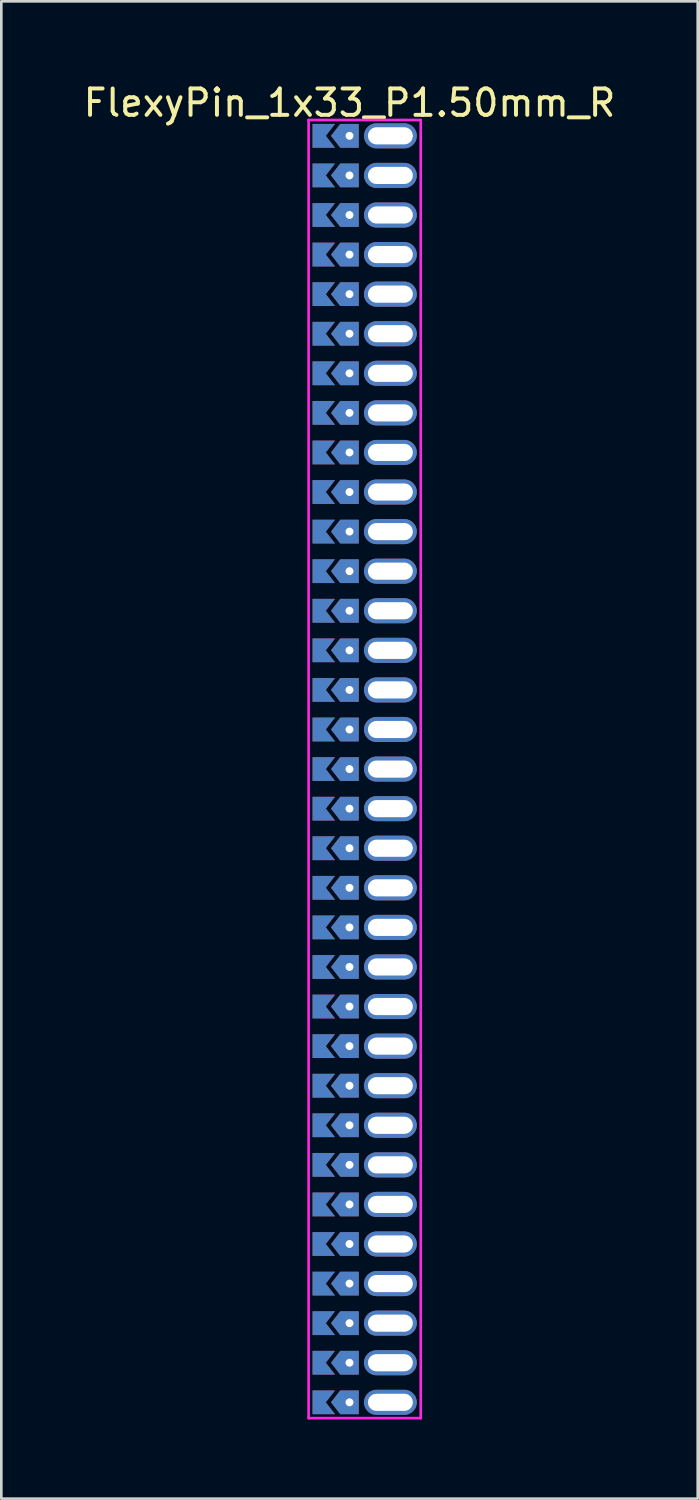
<source format=kicad_pcb>
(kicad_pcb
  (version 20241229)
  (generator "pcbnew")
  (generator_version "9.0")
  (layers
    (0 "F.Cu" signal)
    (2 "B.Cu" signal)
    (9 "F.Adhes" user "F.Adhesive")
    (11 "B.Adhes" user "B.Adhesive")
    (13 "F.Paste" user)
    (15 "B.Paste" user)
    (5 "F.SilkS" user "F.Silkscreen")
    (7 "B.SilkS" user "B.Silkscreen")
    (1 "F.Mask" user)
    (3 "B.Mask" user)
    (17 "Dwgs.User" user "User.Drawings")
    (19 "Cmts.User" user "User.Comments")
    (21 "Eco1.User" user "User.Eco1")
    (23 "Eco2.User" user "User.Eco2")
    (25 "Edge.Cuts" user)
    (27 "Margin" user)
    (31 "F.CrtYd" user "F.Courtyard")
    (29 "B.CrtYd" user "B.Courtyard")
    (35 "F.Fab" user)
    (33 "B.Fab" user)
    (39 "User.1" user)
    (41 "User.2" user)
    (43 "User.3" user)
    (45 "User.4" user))
  (footprint "FlexyPin_1x33_P1.50mm_R"
    (layer "F.Cu")
    (at 10.196 2.098)
    (property "Reference" "FlexyPin_1x33_P1.50mm_R" (at 0 -1.25 0) (layer "F.SilkS") (effects (font (size 1 1) (thickness 0.15))))
    (attr through_hole)
    (fp_line (start -1.55 -0.6) (end 2.7 -0.6) (stroke (width 0.1) (type solid)) (layer "F.CrtYd"))
    (fp_line (start -1.55 48.6) (end -1.55 -0.6) (stroke (width 0.1) (type solid)) (layer "F.CrtYd"))
    (fp_line (start 2.7 -0.6) (end 2.7 48.6) (stroke (width 0.1) (type solid)) (layer "F.CrtYd"))
    (fp_line (start 2.7 48.6) (end -1.55 48.6) (stroke (width 0.1) (type solid)) (layer "F.CrtYd"))
    (pad "" thru_hole custom (at 0 0) (size 0.3 0.3) (drill 0.6) (layers "*.Cu" "*.Mask") (options (anchor rect)) (primitives (gr_poly (pts (xy 0.35 0.45) (xy 0.35 -0.45) (xy -0.35 -0.45) (xy -0.7 0) (xy -0.35 0.45)) (width 0) (fill yes))))
    (pad "" thru_hole custom (at 0 1.5) (size 0.3 0.3) (drill 0.6) (layers "*.Cu" "*.Mask") (options (anchor rect)) (primitives (gr_poly (pts (xy 0.35 0.45) (xy 0.35 -0.45) (xy -0.35 -0.45) (xy -0.7 0) (xy -0.35 0.45)) (width 0) (fill yes))))
    (pad "" thru_hole custom (at 0 3) (size 0.3 0.3) (drill 0.6) (layers "*.Cu" "*.Mask") (options (anchor rect)) (primitives (gr_poly (pts (xy 0.35 0.45) (xy 0.35 -0.45) (xy -0.35 -0.45) (xy -0.7 0) (xy -0.35 0.45)) (width 0) (fill yes))))
    (pad "" thru_hole custom (at 0 4.5) (size 0.3 0.3) (drill 0.6) (layers "*.Cu" "*.Mask") (options (anchor rect)) (primitives (gr_poly (pts (xy 0.35 0.45) (xy 0.35 -0.45) (xy -0.35 -0.45) (xy -0.7 0) (xy -0.35 0.45)) (width 0) (fill yes))))
    (pad "" thru_hole custom (at 0 6) (size 0.3 0.3) (drill 0.6) (layers "*.Cu" "*.Mask") (options (anchor rect)) (primitives (gr_poly (pts (xy 0.35 0.45) (xy 0.35 -0.45) (xy -0.35 -0.45) (xy -0.7 0) (xy -0.35 0.45)) (width 0) (fill yes))))
    (pad "" thru_hole custom (at 0 7.5) (size 0.3 0.3) (drill 0.6) (layers "*.Cu" "*.Mask") (options (anchor rect)) (primitives (gr_poly (pts (xy 0.35 0.45) (xy 0.35 -0.45) (xy -0.35 -0.45) (xy -0.7 0) (xy -0.35 0.45)) (width 0) (fill yes))))
    (pad "" thru_hole custom (at 0 9) (size 0.3 0.3) (drill 0.6) (layers "*.Cu" "*.Mask") (options (anchor rect)) (primitives (gr_poly (pts (xy 0.35 0.45) (xy 0.35 -0.45) (xy -0.35 -0.45) (xy -0.7 0) (xy -0.35 0.45)) (width 0) (fill yes))))
    (pad "" thru_hole custom (at 0 10.5) (size 0.3 0.3) (drill 0.6) (layers "*.Cu" "*.Mask") (options (anchor rect)) (primitives (gr_poly (pts (xy 0.35 0.45) (xy 0.35 -0.45) (xy -0.35 -0.45) (xy -0.7 0) (xy -0.35 0.45)) (width 0) (fill yes))))
    (pad "" thru_hole custom (at 0 12) (size 0.3 0.3) (drill 0.6) (layers "*.Cu" "*.Mask") (options (anchor rect)) (primitives (gr_poly (pts (xy 0.35 0.45) (xy 0.35 -0.45) (xy -0.35 -0.45) (xy -0.7 0) (xy -0.35 0.45)) (width 0) (fill yes))))
    (pad "" thru_hole custom (at 0 13.5) (size 0.3 0.3) (drill 0.6) (layers "*.Cu" "*.Mask") (options (anchor rect)) (primitives (gr_poly (pts (xy 0.35 0.45) (xy 0.35 -0.45) (xy -0.35 -0.45) (xy -0.7 0) (xy -0.35 0.45)) (width 0) (fill yes))))
    (pad "" thru_hole custom (at 0 15) (size 0.3 0.3) (drill 0.6) (layers "*.Cu" "*.Mask") (options (anchor rect)) (primitives (gr_poly (pts (xy 0.35 0.45) (xy 0.35 -0.45) (xy -0.35 -0.45) (xy -0.7 0) (xy -0.35 0.45)) (width 0) (fill yes))))
    (pad "" thru_hole custom (at 0 16.5) (size 0.3 0.3) (drill 0.6) (layers "*.Cu" "*.Mask") (options (anchor rect)) (primitives (gr_poly (pts (xy 0.35 0.45) (xy 0.35 -0.45) (xy -0.35 -0.45) (xy -0.7 0) (xy -0.35 0.45)) (width 0) (fill yes))))
    (pad "" thru_hole custom (at 0 18) (size 0.3 0.3) (drill 0.6) (layers "*.Cu" "*.Mask") (options (anchor rect)) (primitives (gr_poly (pts (xy 0.35 0.45) (xy 0.35 -0.45) (xy -0.35 -0.45) (xy -0.7 0) (xy -0.35 0.45)) (width 0) (fill yes))))
    (pad "" thru_hole custom (at 0 19.5) (size 0.3 0.3) (drill 0.6) (layers "*.Cu" "*.Mask") (options (anchor rect)) (primitives (gr_poly (pts (xy 0.35 0.45) (xy 0.35 -0.45) (xy -0.35 -0.45) (xy -0.7 0) (xy -0.35 0.45)) (width 0) (fill yes))))
    (pad "" thru_hole custom (at 0 21) (size 0.3 0.3) (drill 0.6) (layers "*.Cu" "*.Mask") (options (anchor rect)) (primitives (gr_poly (pts (xy 0.35 0.45) (xy 0.35 -0.45) (xy -0.35 -0.45) (xy -0.7 0) (xy -0.35 0.45)) (width 0) (fill yes))))
    (pad "" thru_hole custom (at 0 22.5) (size 0.3 0.3) (drill 0.6) (layers "*.Cu" "*.Mask") (options (anchor rect)) (primitives (gr_poly (pts (xy 0.35 0.45) (xy 0.35 -0.45) (xy -0.35 -0.45) (xy -0.7 0) (xy -0.35 0.45)) (width 0) (fill yes))))
    (pad "" thru_hole custom (at 0 24) (size 0.3 0.3) (drill 0.6) (layers "*.Cu" "*.Mask") (options (anchor rect)) (primitives (gr_poly (pts (xy 0.35 0.45) (xy 0.35 -0.45) (xy -0.35 -0.45) (xy -0.7 0) (xy -0.35 0.45)) (width 0) (fill yes))))
    (pad "" thru_hole custom (at 0 25.5) (size 0.3 0.3) (drill 0.6) (layers "*.Cu" "*.Mask") (options (anchor rect)) (primitives (gr_poly (pts (xy 0.35 0.45) (xy 0.35 -0.45) (xy -0.35 -0.45) (xy -0.7 0) (xy -0.35 0.45)) (width 0) (fill yes))))
    (pad "" thru_hole custom (at 0 27) (size 0.3 0.3) (drill 0.6) (layers "*.Cu" "*.Mask") (options (anchor rect)) (primitives (gr_poly (pts (xy 0.35 0.45) (xy 0.35 -0.45) (xy -0.35 -0.45) (xy -0.7 0) (xy -0.35 0.45)) (width 0) (fill yes))))
    (pad "" thru_hole custom (at 0 28.5) (size 0.3 0.3) (drill 0.6) (layers "*.Cu" "*.Mask") (options (anchor rect)) (primitives (gr_poly (pts (xy 0.35 0.45) (xy 0.35 -0.45) (xy -0.35 -0.45) (xy -0.7 0) (xy -0.35 0.45)) (width 0) (fill yes))))
    (pad "" thru_hole custom (at 0 30) (size 0.3 0.3) (drill 0.6) (layers "*.Cu" "*.Mask") (options (anchor rect)) (primitives (gr_poly (pts (xy 0.35 0.45) (xy 0.35 -0.45) (xy -0.35 -0.45) (xy -0.7 0) (xy -0.35 0.45)) (width 0) (fill yes))))
    (pad "" thru_hole custom (at 0 31.5) (size 0.3 0.3) (drill 0.6) (layers "*.Cu" "*.Mask") (options (anchor rect)) (primitives (gr_poly (pts (xy 0.35 0.45) (xy 0.35 -0.45) (xy -0.35 -0.45) (xy -0.7 0) (xy -0.35 0.45)) (width 0) (fill yes))))
    (pad "" thru_hole custom (at 0 33) (size 0.3 0.3) (drill 0.6) (layers "*.Cu" "*.Mask") (options (anchor rect)) (primitives (gr_poly (pts (xy 0.35 0.45) (xy 0.35 -0.45) (xy -0.35 -0.45) (xy -0.7 0) (xy -0.35 0.45)) (width 0) (fill yes))))
    (pad "" thru_hole custom (at 0 34.5) (size 0.3 0.3) (drill 0.6) (layers "*.Cu" "*.Mask") (options (anchor rect)) (primitives (gr_poly (pts (xy 0.35 0.45) (xy 0.35 -0.45) (xy -0.35 -0.45) (xy -0.7 0) (xy -0.35 0.45)) (width 0) (fill yes))))
    (pad "" thru_hole custom (at 0 36) (size 0.3 0.3) (drill 0.6) (layers "*.Cu" "*.Mask") (options (anchor rect)) (primitives (gr_poly (pts (xy 0.35 0.45) (xy 0.35 -0.45) (xy -0.35 -0.45) (xy -0.7 0) (xy -0.35 0.45)) (width 0) (fill yes))))
    (pad "" thru_hole custom (at 0 37.5) (size 0.3 0.3) (drill 0.6) (layers "*.Cu" "*.Mask") (options (anchor rect)) (primitives (gr_poly (pts (xy 0.35 0.45) (xy 0.35 -0.45) (xy -0.35 -0.45) (xy -0.7 0) (xy -0.35 0.45)) (width 0) (fill yes))))
    (pad "" thru_hole custom (at 0 39) (size 0.3 0.3) (drill 0.6) (layers "*.Cu" "*.Mask") (options (anchor rect)) (primitives (gr_poly (pts (xy 0.35 0.45) (xy 0.35 -0.45) (xy -0.35 -0.45) (xy -0.7 0) (xy -0.35 0.45)) (width 0) (fill yes))))
    (pad "" thru_hole custom (at 0 40.5) (size 0.3 0.3) (drill 0.6) (layers "*.Cu" "*.Mask") (options (anchor rect)) (primitives (gr_poly (pts (xy 0.35 0.45) (xy 0.35 -0.45) (xy -0.35 -0.45) (xy -0.7 0) (xy -0.35 0.45)) (width 0) (fill yes))))
    (pad "" thru_hole custom (at 0 42) (size 0.3 0.3) (drill 0.6) (layers "*.Cu" "*.Mask") (options (anchor rect)) (primitives (gr_poly (pts (xy 0.35 0.45) (xy 0.35 -0.45) (xy -0.35 -0.45) (xy -0.7 0) (xy -0.35 0.45)) (width 0) (fill yes))))
    (pad "" thru_hole custom (at 0 43.5) (size 0.3 0.3) (drill 0.6) (layers "*.Cu" "*.Mask") (options (anchor rect)) (primitives (gr_poly (pts (xy 0.35 0.45) (xy 0.35 -0.45) (xy -0.35 -0.45) (xy -0.7 0) (xy -0.35 0.45)) (width 0) (fill yes))))
    (pad "" thru_hole custom (at 0 45) (size 0.3 0.3) (drill 0.6) (layers "*.Cu" "*.Mask") (options (anchor rect)) (primitives (gr_poly (pts (xy 0.35 0.45) (xy 0.35 -0.45) (xy -0.35 -0.45) (xy -0.7 0) (xy -0.35 0.45)) (width 0) (fill yes))))
    (pad "" thru_hole custom (at 0 46.5) (size 0.3 0.3) (drill 0.6) (layers "*.Cu" "*.Mask") (options (anchor rect)) (primitives (gr_poly (pts (xy 0.35 0.45) (xy 0.35 -0.45) (xy -0.35 -0.45) (xy -0.7 0) (xy -0.35 0.45)) (width 0) (fill yes))))
    (pad "" thru_hole custom (at 0 48) (size 0.3 0.3) (drill 0.6) (layers "*.Cu" "*.Mask") (options (anchor rect)) (primitives (gr_poly (pts (xy 0.35 0.45) (xy 0.35 -0.45) (xy -0.35 -0.45) (xy -0.7 0) (xy -0.35 0.45)) (width 0) (fill yes))))
    (pad "" thru_hole oval (at 1.55 0) (size 2 0.95) (drill oval 1.7 0.65) (layers "*.Cu" "*.Mask"))
    (pad "" thru_hole oval (at 1.55 1.5) (size 2 0.95) (drill oval 1.7 0.65) (layers "*.Cu" "*.Mask"))
    (pad "" thru_hole oval (at 1.55 3) (size 2 0.95) (drill oval 1.7 0.65) (layers "*.Cu" "*.Mask"))
    (pad "" thru_hole oval (at 1.55 4.5) (size 2 0.95) (drill oval 1.7 0.65) (layers "*.Cu" "*.Mask"))
    (pad "" thru_hole oval (at 1.55 6) (size 2 0.95) (drill oval 1.7 0.65) (layers "*.Cu" "*.Mask"))
    (pad "" thru_hole oval (at 1.55 7.5) (size 2 0.95) (drill oval 1.7 0.65) (layers "*.Cu" "*.Mask"))
    (pad "" thru_hole oval (at 1.55 9) (size 2 0.95) (drill oval 1.7 0.65) (layers "*.Cu" "*.Mask"))
    (pad "" thru_hole oval (at 1.55 10.5) (size 2 0.95) (drill oval 1.7 0.65) (layers "*.Cu" "*.Mask"))
    (pad "" thru_hole oval (at 1.55 12) (size 2 0.95) (drill oval 1.7 0.65) (layers "*.Cu" "*.Mask"))
    (pad "" thru_hole oval (at 1.55 13.5) (size 2 0.95) (drill oval 1.7 0.65) (layers "*.Cu" "*.Mask"))
    (pad "" thru_hole oval (at 1.55 15) (size 2 0.95) (drill oval 1.7 0.65) (layers "*.Cu" "*.Mask"))
    (pad "" thru_hole oval (at 1.55 16.5) (size 2 0.95) (drill oval 1.7 0.65) (layers "*.Cu" "*.Mask"))
    (pad "" thru_hole oval (at 1.55 18) (size 2 0.95) (drill oval 1.7 0.65) (layers "*.Cu" "*.Mask"))
    (pad "" thru_hole oval (at 1.55 19.5) (size 2 0.95) (drill oval 1.7 0.65) (layers "*.Cu" "*.Mask"))
    (pad "" thru_hole oval (at 1.55 21) (size 2 0.95) (drill oval 1.7 0.65) (layers "*.Cu" "*.Mask"))
    (pad "" thru_hole oval (at 1.55 22.5) (size 2 0.95) (drill oval 1.7 0.65) (layers "*.Cu" "*.Mask"))
    (pad "" thru_hole oval (at 1.55 24) (size 2 0.95) (drill oval 1.7 0.65) (layers "*.Cu" "*.Mask"))
    (pad "" thru_hole oval (at 1.55 25.5) (size 2 0.95) (drill oval 1.7 0.65) (layers "*.Cu" "*.Mask"))
    (pad "" thru_hole oval (at 1.55 27) (size 2 0.95) (drill oval 1.7 0.65) (layers "*.Cu" "*.Mask"))
    (pad "" thru_hole oval (at 1.55 28.5) (size 2 0.95) (drill oval 1.7 0.65) (layers "*.Cu" "*.Mask"))
    (pad "" thru_hole oval (at 1.55 30) (size 2 0.95) (drill oval 1.7 0.65) (layers "*.Cu" "*.Mask"))
    (pad "" thru_hole oval (at 1.55 31.5) (size 2 0.95) (drill oval 1.7 0.65) (layers "*.Cu" "*.Mask"))
    (pad "" thru_hole oval (at 1.55 33) (size 2 0.95) (drill oval 1.7 0.65) (layers "*.Cu" "*.Mask"))
    (pad "" thru_hole oval (at 1.55 34.5) (size 2 0.95) (drill oval 1.7 0.65) (layers "*.Cu" "*.Mask"))
    (pad "" thru_hole oval (at 1.55 36) (size 2 0.95) (drill oval 1.7 0.65) (layers "*.Cu" "*.Mask"))
    (pad "" thru_hole oval (at 1.55 37.5) (size 2 0.95) (drill oval 1.7 0.65) (layers "*.Cu" "*.Mask"))
    (pad "" thru_hole oval (at 1.55 39) (size 2 0.95) (drill oval 1.7 0.65) (layers "*.Cu" "*.Mask"))
    (pad "" thru_hole oval (at 1.55 40.5) (size 2 0.95) (drill oval 1.7 0.65) (layers "*.Cu" "*.Mask"))
    (pad "" thru_hole oval (at 1.55 42) (size 2 0.95) (drill oval 1.7 0.65) (layers "*.Cu" "*.Mask"))
    (pad "" thru_hole oval (at 1.55 43.5) (size 2 0.95) (drill oval 1.7 0.65) (layers "*.Cu" "*.Mask"))
    (pad "" thru_hole oval (at 1.55 45) (size 2 0.95) (drill oval 1.7 0.65) (layers "*.Cu" "*.Mask"))
    (pad "" thru_hole oval (at 1.55 46.5) (size 2 0.95) (drill oval 1.7 0.65) (layers "*.Cu" "*.Mask"))
    (pad "" thru_hole oval (at 1.55 48) (size 2 0.95) (drill oval 1.7 0.65) (layers "*.Cu" "*.Mask"))
    (pad "1" smd custom (at -0.9 0) (size 0.01 0.01) (layers "F.Cu" "F.Mask") (options (anchor rect)) (primitives (gr_poly (pts (xy 0 0) (xy 0.35 0.45) (xy -0.5 0.45) (xy -0.5 -0.45) (xy 0.35 -0.45)) (width 0) (fill yes))))
    (pad "2" smd custom (at -0.9 1.5) (size 0.01 0.01) (layers "F.Cu" "F.Mask") (options (anchor rect)) (primitives (gr_poly (pts (xy 0 0) (xy 0.35 0.45) (xy -0.5 0.45) (xy -0.5 -0.45) (xy 0.35 -0.45)) (width 0) (fill yes))))
    (pad "3" smd custom (at -0.9 3) (size 0.01 0.01) (layers "F.Cu" "F.Mask") (options (anchor rect)) (primitives (gr_poly (pts (xy 0 0) (xy 0.35 0.45) (xy -0.5 0.45) (xy -0.5 -0.45) (xy 0.35 -0.45)) (width 0) (fill yes))))
    (pad "4" smd custom (at -0.9 4.5) (size 0.01 0.01) (layers "F.Cu" "F.Mask") (options (anchor rect)) (primitives (gr_poly (pts (xy 0 0) (xy 0.35 0.45) (xy -0.5 0.45) (xy -0.5 -0.45) (xy 0.35 -0.45)) (width 0) (fill yes))))
    (pad "5" smd custom (at -0.9 6) (size 0.01 0.01) (layers "F.Cu" "F.Mask") (options (anchor rect)) (primitives (gr_poly (pts (xy 0 0) (xy 0.35 0.45) (xy -0.5 0.45) (xy -0.5 -0.45) (xy 0.35 -0.45)) (width 0) (fill yes))))
    (pad "6" smd custom (at -0.9 7.5) (size 0.01 0.01) (layers "F.Cu" "F.Mask") (options (anchor rect)) (primitives (gr_poly (pts (xy 0 0) (xy 0.35 0.45) (xy -0.5 0.45) (xy -0.5 -0.45) (xy 0.35 -0.45)) (width 0) (fill yes))))
    (pad "7" smd custom (at -0.9 9) (size 0.01 0.01) (layers "F.Cu" "F.Mask") (options (anchor rect)) (primitives (gr_poly (pts (xy 0 0) (xy 0.35 0.45) (xy -0.5 0.45) (xy -0.5 -0.45) (xy 0.35 -0.45)) (width 0) (fill yes))))
    (pad "8" smd custom (at -0.9 10.5) (size 0.01 0.01) (layers "F.Cu" "F.Mask") (options (anchor rect)) (primitives (gr_poly (pts (xy 0 0) (xy 0.35 0.45) (xy -0.5 0.45) (xy -0.5 -0.45) (xy 0.35 -0.45)) (width 0) (fill yes))))
    (pad "9" smd custom (at -0.9 12) (size 0.01 0.01) (layers "F.Cu" "F.Mask") (options (anchor rect)) (primitives (gr_poly (pts (xy 0 0) (xy 0.35 0.45) (xy -0.5 0.45) (xy -0.5 -0.45) (xy 0.35 -0.45)) (width 0) (fill yes))))
    (pad "10" smd custom (at -0.9 13.5) (size 0.01 0.01) (layers "F.Cu" "F.Mask") (options (anchor rect)) (primitives (gr_poly (pts (xy 0 0) (xy 0.35 0.45) (xy -0.5 0.45) (xy -0.5 -0.45) (xy 0.35 -0.45)) (width 0) (fill yes))))
    (pad "11" smd custom (at -0.9 15) (size 0.01 0.01) (layers "F.Cu" "F.Mask") (options (anchor rect)) (primitives (gr_poly (pts (xy 0 0) (xy 0.35 0.45) (xy -0.5 0.45) (xy -0.5 -0.45) (xy 0.35 -0.45)) (width 0) (fill yes))))
    (pad "12" smd custom (at -0.9 16.5) (size 0.01 0.01) (layers "F.Cu" "F.Mask") (options (anchor rect)) (primitives (gr_poly (pts (xy 0 0) (xy 0.35 0.45) (xy -0.5 0.45) (xy -0.5 -0.45) (xy 0.35 -0.45)) (width 0) (fill yes))))
    (pad "13" smd custom (at -0.9 18) (size 0.01 0.01) (layers "F.Cu" "F.Mask") (options (anchor rect)) (primitives (gr_poly (pts (xy 0 0) (xy 0.35 0.45) (xy -0.5 0.45) (xy -0.5 -0.45) (xy 0.35 -0.45)) (width 0) (fill yes))))
    (pad "14" smd custom (at -0.9 19.5) (size 0.01 0.01) (layers "F.Cu" "F.Mask") (options (anchor rect)) (primitives (gr_poly (pts (xy 0 0) (xy 0.35 0.45) (xy -0.5 0.45) (xy -0.5 -0.45) (xy 0.35 -0.45)) (width 0) (fill yes))))
    (pad "15" smd custom (at -0.9 21) (size 0.01 0.01) (layers "F.Cu" "F.Mask") (options (anchor rect)) (primitives (gr_poly (pts (xy 0 0) (xy 0.35 0.45) (xy -0.5 0.45) (xy -0.5 -0.45) (xy 0.35 -0.45)) (width 0) (fill yes))))
    (pad "16" smd custom (at -0.9 22.5) (size 0.01 0.01) (layers "F.Cu" "F.Mask") (options (anchor rect)) (primitives (gr_poly (pts (xy 0 0) (xy 0.35 0.45) (xy -0.5 0.45) (xy -0.5 -0.45) (xy 0.35 -0.45)) (width 0) (fill yes))))
    (pad "17" smd custom (at -0.9 24) (size 0.01 0.01) (layers "F.Cu" "F.Mask") (options (anchor rect)) (primitives (gr_poly (pts (xy 0 0) (xy 0.35 0.45) (xy -0.5 0.45) (xy -0.5 -0.45) (xy 0.35 -0.45)) (width 0) (fill yes))))
    (pad "18" smd custom (at -0.9 25.5) (size 0.01 0.01) (layers "F.Cu" "F.Mask") (options (anchor rect)) (primitives (gr_poly (pts (xy 0 0) (xy 0.35 0.45) (xy -0.5 0.45) (xy -0.5 -0.45) (xy 0.35 -0.45)) (width 0) (fill yes))))
    (pad "19" smd custom (at -0.9 27) (size 0.01 0.01) (layers "F.Cu" "F.Mask") (options (anchor rect)) (primitives (gr_poly (pts (xy 0 0) (xy 0.35 0.45) (xy -0.5 0.45) (xy -0.5 -0.45) (xy 0.35 -0.45)) (width 0) (fill yes))))
    (pad "20" smd custom (at -0.9 28.5) (size 0.01 0.01) (layers "F.Cu" "F.Mask") (options (anchor rect)) (primitives (gr_poly (pts (xy 0 0) (xy 0.35 0.45) (xy -0.5 0.45) (xy -0.5 -0.45) (xy 0.35 -0.45)) (width 0) (fill yes))))
    (pad "21" smd custom (at -0.9 30) (size 0.01 0.01) (layers "F.Cu" "F.Mask") (options (anchor rect)) (primitives (gr_poly (pts (xy 0 0) (xy 0.35 0.45) (xy -0.5 0.45) (xy -0.5 -0.45) (xy 0.35 -0.45)) (width 0) (fill yes))))
    (pad "22" smd custom (at -0.9 31.5) (size 0.01 0.01) (layers "F.Cu" "F.Mask") (options (anchor rect)) (primitives (gr_poly (pts (xy 0 0) (xy 0.35 0.45) (xy -0.5 0.45) (xy -0.5 -0.45) (xy 0.35 -0.45)) (width 0) (fill yes))))
    (pad "23" smd custom (at -0.9 33) (size 0.01 0.01) (layers "F.Cu" "F.Mask") (options (anchor rect)) (primitives (gr_poly (pts (xy 0 0) (xy 0.35 0.45) (xy -0.5 0.45) (xy -0.5 -0.45) (xy 0.35 -0.45)) (width 0) (fill yes))))
    (pad "24" smd custom (at -0.9 34.5) (size 0.01 0.01) (layers "F.Cu" "F.Mask") (options (anchor rect)) (primitives (gr_poly (pts (xy 0 0) (xy 0.35 0.45) (xy -0.5 0.45) (xy -0.5 -0.45) (xy 0.35 -0.45)) (width 0) (fill yes))))
    (pad "25" smd custom (at -0.9 36) (size 0.01 0.01) (layers "F.Cu" "F.Mask") (options (anchor rect)) (primitives (gr_poly (pts (xy 0 0) (xy 0.35 0.45) (xy -0.5 0.45) (xy -0.5 -0.45) (xy 0.35 -0.45)) (width 0) (fill yes))))
    (pad "26" smd custom (at -0.9 37.5) (size 0.01 0.01) (layers "F.Cu" "F.Mask") (options (anchor rect)) (primitives (gr_poly (pts (xy 0 0) (xy 0.35 0.45) (xy -0.5 0.45) (xy -0.5 -0.45) (xy 0.35 -0.45)) (width 0) (fill yes))))
    (pad "27" smd custom (at -0.9 39) (size 0.01 0.01) (layers "F.Cu" "F.Mask") (options (anchor rect)) (primitives (gr_poly (pts (xy 0 0) (xy 0.35 0.45) (xy -0.5 0.45) (xy -0.5 -0.45) (xy 0.35 -0.45)) (width 0) (fill yes))))
    (pad "28" smd custom (at -0.9 40.5) (size 0.01 0.01) (layers "F.Cu" "F.Mask") (options (anchor rect)) (primitives (gr_poly (pts (xy 0 0) (xy 0.35 0.45) (xy -0.5 0.45) (xy -0.5 -0.45) (xy 0.35 -0.45)) (width 0) (fill yes))))
    (pad "29" smd custom (at -0.9 42) (size 0.01 0.01) (layers "F.Cu" "F.Mask") (options (anchor rect)) (primitives (gr_poly (pts (xy 0 0) (xy 0.35 0.45) (xy -0.5 0.45) (xy -0.5 -0.45) (xy 0.35 -0.45)) (width 0) (fill yes))))
    (pad "30" smd custom (at -0.9 43.5) (size 0.01 0.01) (layers "F.Cu" "F.Mask") (options (anchor rect)) (primitives (gr_poly (pts (xy 0 0) (xy 0.35 0.45) (xy -0.5 0.45) (xy -0.5 -0.45) (xy 0.35 -0.45)) (width 0) (fill yes))))
    (pad "31" smd custom (at -0.9 45) (size 0.01 0.01) (layers "F.Cu" "F.Mask") (options (anchor rect)) (primitives (gr_poly (pts (xy 0 0) (xy 0.35 0.45) (xy -0.5 0.45) (xy -0.5 -0.45) (xy 0.35 -0.45)) (width 0) (fill yes))))
    (pad "32" smd custom (at -0.9 46.5) (size 0.01 0.01) (layers "F.Cu" "F.Mask") (options (anchor rect)) (primitives (gr_poly (pts (xy 0 0) (xy 0.35 0.45) (xy -0.5 0.45) (xy -0.5 -0.45) (xy 0.35 -0.45)) (width 0) (fill yes))))
    (pad "33" smd custom (at -0.9 48) (size 0.01 0.01) (layers "F.Cu" "F.Mask") (options (anchor rect)) (primitives (gr_poly (pts (xy 0 0) (xy 0.35 0.45) (xy -0.5 0.45) (xy -0.5 -0.45) (xy 0.35 -0.45)) (width 0) (fill yes))))
    (pad "34" smd custom (at -0.9 0) (size 0.01 0.01) (layers "B.Cu" "B.Mask") (options (anchor rect)) (primitives (gr_poly (pts (xy 0 0) (xy 0.35 0.45) (xy -0.5 0.45) (xy -0.5 -0.45) (xy 0.35 -0.45)) (width 0) (fill yes))))
    (pad "35" smd custom (at -0.9 1.5) (size 0.01 0.01) (layers "B.Cu" "B.Mask") (options (anchor rect)) (primitives (gr_poly (pts (xy 0 0) (xy 0.35 0.45) (xy -0.5 0.45) (xy -0.5 -0.45) (xy 0.35 -0.45)) (width 0) (fill yes))))
    (pad "36" smd custom (at -0.9 3) (size 0.01 0.01) (layers "B.Cu" "B.Mask") (options (anchor rect)) (primitives (gr_poly (pts (xy 0 0) (xy 0.35 0.45) (xy -0.5 0.45) (xy -0.5 -0.45) (xy 0.35 -0.45)) (width 0) (fill yes))))
    (pad "37" smd custom (at -0.9 4.5) (size 0.01 0.01) (layers "B.Cu" "B.Mask") (options (anchor rect)) (primitives (gr_poly (pts (xy 0 0) (xy 0.35 0.45) (xy -0.5 0.45) (xy -0.5 -0.45) (xy 0.35 -0.45)) (width 0) (fill yes))))
    (pad "38" smd custom (at -0.9 6) (size 0.01 0.01) (layers "B.Cu" "B.Mask") (options (anchor rect)) (primitives (gr_poly (pts (xy 0 0) (xy 0.35 0.45) (xy -0.5 0.45) (xy -0.5 -0.45) (xy 0.35 -0.45)) (width 0) (fill yes))))
    (pad "39" smd custom (at -0.9 7.5) (size 0.01 0.01) (layers "B.Cu" "B.Mask") (options (anchor rect)) (primitives (gr_poly (pts (xy 0 0) (xy 0.35 0.45) (xy -0.5 0.45) (xy -0.5 -0.45) (xy 0.35 -0.45)) (width 0) (fill yes))))
    (pad "40" smd custom (at -0.9 9) (size 0.01 0.01) (layers "B.Cu" "B.Mask") (options (anchor rect)) (primitives (gr_poly (pts (xy 0 0) (xy 0.35 0.45) (xy -0.5 0.45) (xy -0.5 -0.45) (xy 0.35 -0.45)) (width 0) (fill yes))))
    (pad "41" smd custom (at -0.9 10.5) (size 0.01 0.01) (layers "B.Cu" "B.Mask") (options (anchor rect)) (primitives (gr_poly (pts (xy 0 0) (xy 0.35 0.45) (xy -0.5 0.45) (xy -0.5 -0.45) (xy 0.35 -0.45)) (width 0) (fill yes))))
    (pad "42" smd custom (at -0.9 12) (size 0.01 0.01) (layers "B.Cu" "B.Mask") (options (anchor rect)) (primitives (gr_poly (pts (xy 0 0) (xy 0.35 0.45) (xy -0.5 0.45) (xy -0.5 -0.45) (xy 0.35 -0.45)) (width 0) (fill yes))))
    (pad "43" smd custom (at -0.9 13.5) (size 0.01 0.01) (layers "B.Cu" "B.Mask") (options (anchor rect)) (primitives (gr_poly (pts (xy 0 0) (xy 0.35 0.45) (xy -0.5 0.45) (xy -0.5 -0.45) (xy 0.35 -0.45)) (width 0) (fill yes))))
    (pad "44" smd custom (at -0.9 15) (size 0.01 0.01) (layers "B.Cu" "B.Mask") (options (anchor rect)) (primitives (gr_poly (pts (xy 0 0) (xy 0.35 0.45) (xy -0.5 0.45) (xy -0.5 -0.45) (xy 0.35 -0.45)) (width 0) (fill yes))))
    (pad "45" smd custom (at -0.9 16.5) (size 0.01 0.01) (layers "B.Cu" "B.Mask") (options (anchor rect)) (primitives (gr_poly (pts (xy 0 0) (xy 0.35 0.45) (xy -0.5 0.45) (xy -0.5 -0.45) (xy 0.35 -0.45)) (width 0) (fill yes))))
    (pad "46" smd custom (at -0.9 18) (size 0.01 0.01) (layers "B.Cu" "B.Mask") (options (anchor rect)) (primitives (gr_poly (pts (xy 0 0) (xy 0.35 0.45) (xy -0.5 0.45) (xy -0.5 -0.45) (xy 0.35 -0.45)) (width 0) (fill yes))))
    (pad "47" smd custom (at -0.9 19.5) (size 0.01 0.01) (layers "B.Cu" "B.Mask") (options (anchor rect)) (primitives (gr_poly (pts (xy 0 0) (xy 0.35 0.45) (xy -0.5 0.45) (xy -0.5 -0.45) (xy 0.35 -0.45)) (width 0) (fill yes))))
    (pad "48" smd custom (at -0.9 21) (size 0.01 0.01) (layers "B.Cu" "B.Mask") (options (anchor rect)) (primitives (gr_poly (pts (xy 0 0) (xy 0.35 0.45) (xy -0.5 0.45) (xy -0.5 -0.45) (xy 0.35 -0.45)) (width 0) (fill yes))))
    (pad "49" smd custom (at -0.9 22.5) (size 0.01 0.01) (layers "B.Cu" "B.Mask") (options (anchor rect)) (primitives (gr_poly (pts (xy 0 0) (xy 0.35 0.45) (xy -0.5 0.45) (xy -0.5 -0.45) (xy 0.35 -0.45)) (width 0) (fill yes))))
    (pad "50" smd custom (at -0.9 24) (size 0.01 0.01) (layers "B.Cu" "B.Mask") (options (anchor rect)) (primitives (gr_poly (pts (xy 0 0) (xy 0.35 0.45) (xy -0.5 0.45) (xy -0.5 -0.45) (xy 0.35 -0.45)) (width 0) (fill yes))))
    (pad "51" smd custom (at -0.9 25.5) (size 0.01 0.01) (layers "B.Cu" "B.Mask") (options (anchor rect)) (primitives (gr_poly (pts (xy 0 0) (xy 0.35 0.45) (xy -0.5 0.45) (xy -0.5 -0.45) (xy 0.35 -0.45)) (width 0) (fill yes))))
    (pad "52" smd custom (at -0.9 27) (size 0.01 0.01) (layers "B.Cu" "B.Mask") (options (anchor rect)) (primitives (gr_poly (pts (xy 0 0) (xy 0.35 0.45) (xy -0.5 0.45) (xy -0.5 -0.45) (xy 0.35 -0.45)) (width 0) (fill yes))))
    (pad "53" smd custom (at -0.9 28.5) (size 0.01 0.01) (layers "B.Cu" "B.Mask") (options (anchor rect)) (primitives (gr_poly (pts (xy 0 0) (xy 0.35 0.45) (xy -0.5 0.45) (xy -0.5 -0.45) (xy 0.35 -0.45)) (width 0) (fill yes))))
    (pad "54" smd custom (at -0.9 30) (size 0.01 0.01) (layers "B.Cu" "B.Mask") (options (anchor rect)) (primitives (gr_poly (pts (xy 0 0) (xy 0.35 0.45) (xy -0.5 0.45) (xy -0.5 -0.45) (xy 0.35 -0.45)) (width 0) (fill yes))))
    (pad "55" smd custom (at -0.9 31.5) (size 0.01 0.01) (layers "B.Cu" "B.Mask") (options (anchor rect)) (primitives (gr_poly (pts (xy 0 0) (xy 0.35 0.45) (xy -0.5 0.45) (xy -0.5 -0.45) (xy 0.35 -0.45)) (width 0) (fill yes))))
    (pad "56" smd custom (at -0.9 33) (size 0.01 0.01) (layers "B.Cu" "B.Mask") (options (anchor rect)) (primitives (gr_poly (pts (xy 0 0) (xy 0.35 0.45) (xy -0.5 0.45) (xy -0.5 -0.45) (xy 0.35 -0.45)) (width 0) (fill yes))))
    (pad "57" smd custom (at -0.9 34.5) (size 0.01 0.01) (layers "B.Cu" "B.Mask") (options (anchor rect)) (primitives (gr_poly (pts (xy 0 0) (xy 0.35 0.45) (xy -0.5 0.45) (xy -0.5 -0.45) (xy 0.35 -0.45)) (width 0) (fill yes))))
    (pad "58" smd custom (at -0.9 36) (size 0.01 0.01) (layers "B.Cu" "B.Mask") (options (anchor rect)) (primitives (gr_poly (pts (xy 0 0) (xy 0.35 0.45) (xy -0.5 0.45) (xy -0.5 -0.45) (xy 0.35 -0.45)) (width 0) (fill yes))))
    (pad "59" smd custom (at -0.9 37.5) (size 0.01 0.01) (layers "B.Cu" "B.Mask") (options (anchor rect)) (primitives (gr_poly (pts (xy 0 0) (xy 0.35 0.45) (xy -0.5 0.45) (xy -0.5 -0.45) (xy 0.35 -0.45)) (width 0) (fill yes))))
    (pad "60" smd custom (at -0.9 39) (size 0.01 0.01) (layers "B.Cu" "B.Mask") (options (anchor rect)) (primitives (gr_poly (pts (xy 0 0) (xy 0.35 0.45) (xy -0.5 0.45) (xy -0.5 -0.45) (xy 0.35 -0.45)) (width 0) (fill yes))))
    (pad "61" smd custom (at -0.9 40.5) (size 0.01 0.01) (layers "B.Cu" "B.Mask") (options (anchor rect)) (primitives (gr_poly (pts (xy 0 0) (xy 0.35 0.45) (xy -0.5 0.45) (xy -0.5 -0.45) (xy 0.35 -0.45)) (width 0) (fill yes))))
    (pad "62" smd custom (at -0.9 42) (size 0.01 0.01) (layers "B.Cu" "B.Mask") (options (anchor rect)) (primitives (gr_poly (pts (xy 0 0) (xy 0.35 0.45) (xy -0.5 0.45) (xy -0.5 -0.45) (xy 0.35 -0.45)) (width 0) (fill yes))))
    (pad "63" smd custom (at -0.9 43.5) (size 0.01 0.01) (layers "B.Cu" "B.Mask") (options (anchor rect)) (primitives (gr_poly (pts (xy 0 0) (xy 0.35 0.45) (xy -0.5 0.45) (xy -0.5 -0.45) (xy 0.35 -0.45)) (width 0) (fill yes))))
    (pad "64" smd custom (at -0.9 45) (size 0.01 0.01) (layers "B.Cu" "B.Mask") (options (anchor rect)) (primitives (gr_poly (pts (xy 0 0) (xy 0.35 0.45) (xy -0.5 0.45) (xy -0.5 -0.45) (xy 0.35 -0.45)) (width 0) (fill yes))))
    (pad "65" smd custom (at -0.9 46.5) (size 0.01 0.01) (layers "B.Cu" "B.Mask") (options (anchor rect)) (primitives (gr_poly (pts (xy 0 0) (xy 0.35 0.45) (xy -0.5 0.45) (xy -0.5 -0.45) (xy 0.35 -0.45)) (width 0) (fill yes))))
    (pad "66" smd custom (at -0.9 48) (size 0.01 0.01) (layers "B.Cu" "B.Mask") (options (anchor rect)) (primitives (gr_poly (pts (xy 0 0) (xy 0.35 0.45) (xy -0.5 0.45) (xy -0.5 -0.45) (xy 0.35 -0.45)) (width 0) (fill yes)))))
  (gr_rect
    (start -3 -3)
    (end 23.393 53.748)
    (stroke (width 0.1) (type default))
    (fill no)
    (layer "Edge.Cuts")))
</source>
